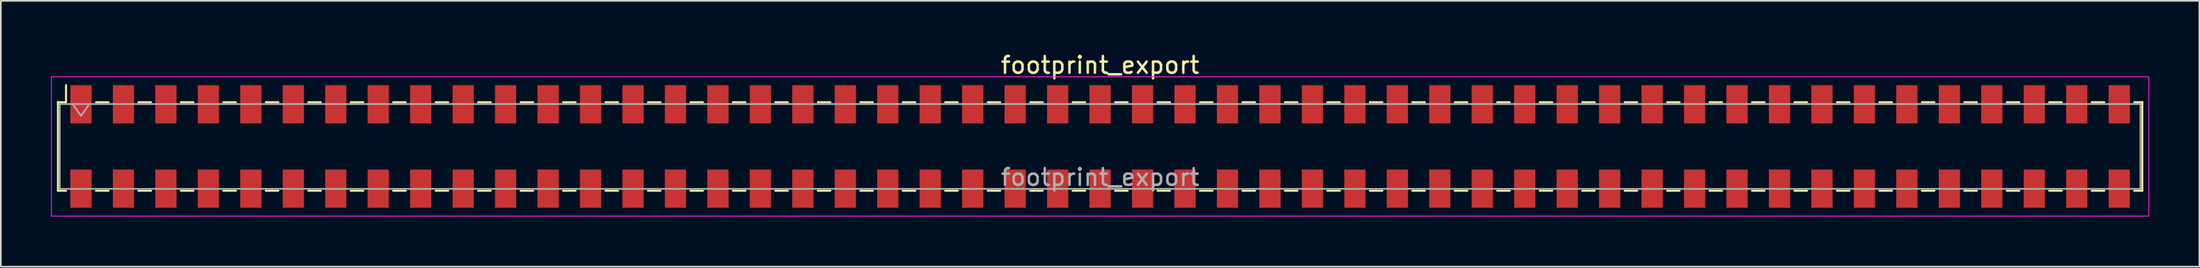
<source format=kicad_pcb>
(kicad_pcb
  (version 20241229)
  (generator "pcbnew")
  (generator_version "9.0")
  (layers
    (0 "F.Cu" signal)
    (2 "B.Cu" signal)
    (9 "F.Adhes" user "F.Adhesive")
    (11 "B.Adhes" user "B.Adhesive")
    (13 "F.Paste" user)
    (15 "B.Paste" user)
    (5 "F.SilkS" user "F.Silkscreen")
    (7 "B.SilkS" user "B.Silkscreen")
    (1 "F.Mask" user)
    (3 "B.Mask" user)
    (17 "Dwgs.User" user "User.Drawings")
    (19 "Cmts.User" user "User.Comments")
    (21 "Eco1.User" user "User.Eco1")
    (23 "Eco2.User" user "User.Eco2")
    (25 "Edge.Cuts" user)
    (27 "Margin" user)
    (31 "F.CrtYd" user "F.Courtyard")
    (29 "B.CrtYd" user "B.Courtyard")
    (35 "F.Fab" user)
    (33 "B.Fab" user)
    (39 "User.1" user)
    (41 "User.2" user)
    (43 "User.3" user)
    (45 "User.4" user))
  (footprint "footprint_export"
    (layer "F.Cu")
    (at 62.755 5.718)
    (property "Reference" "footprint_export" (at 0 -4.87 0) (layer "F.SilkS") (effects (font (size 1 1) (thickness 0.15))))
    (attr smd)
    (fp_line (start -62.34 -2.65) (end -62.34 2.65) (stroke (width 0.12) (type solid)) (layer "F.SilkS"))
    (fp_line (start -62.34 2.65) (end -61.855 2.65) (stroke (width 0.12) (type solid)) (layer "F.SilkS"))
    (fp_line (start -61.855 -3.67) (end -61.855 -2.65) (stroke (width 0.12) (type solid)) (layer "F.SilkS"))
    (fp_line (start -61.855 -2.65) (end -62.34 -2.65) (stroke (width 0.12) (type solid)) (layer "F.SilkS"))
    (fp_line (start -60.065 -2.65) (end -59.315 -2.65) (stroke (width 0.12) (type solid)) (layer "F.SilkS"))
    (fp_line (start -60.065 2.65) (end -59.315 2.65) (stroke (width 0.12) (type solid)) (layer "F.SilkS"))
    (fp_line (start -57.525 -2.65) (end -56.775 -2.65) (stroke (width 0.12) (type solid)) (layer "F.SilkS"))
    (fp_line (start -57.525 2.65) (end -56.775 2.65) (stroke (width 0.12) (type solid)) (layer "F.SilkS"))
    (fp_line (start -54.985 -2.65) (end -54.235 -2.65) (stroke (width 0.12) (type solid)) (layer "F.SilkS"))
    (fp_line (start -54.985 2.65) (end -54.235 2.65) (stroke (width 0.12) (type solid)) (layer "F.SilkS"))
    (fp_line (start -52.445 -2.65) (end -51.695 -2.65) (stroke (width 0.12) (type solid)) (layer "F.SilkS"))
    (fp_line (start -52.445 2.65) (end -51.695 2.65) (stroke (width 0.12) (type solid)) (layer "F.SilkS"))
    (fp_line (start -49.905 -2.65) (end -49.155 -2.65) (stroke (width 0.12) (type solid)) (layer "F.SilkS"))
    (fp_line (start -49.905 2.65) (end -49.155 2.65) (stroke (width 0.12) (type solid)) (layer "F.SilkS"))
    (fp_line (start -47.365 -2.65) (end -46.615 -2.65) (stroke (width 0.12) (type solid)) (layer "F.SilkS"))
    (fp_line (start -47.365 2.65) (end -46.615 2.65) (stroke (width 0.12) (type solid)) (layer "F.SilkS"))
    (fp_line (start -44.825 -2.65) (end -44.075 -2.65) (stroke (width 0.12) (type solid)) (layer "F.SilkS"))
    (fp_line (start -44.825 2.65) (end -44.075 2.65) (stroke (width 0.12) (type solid)) (layer "F.SilkS"))
    (fp_line (start -42.285 -2.65) (end -41.535 -2.65) (stroke (width 0.12) (type solid)) (layer "F.SilkS"))
    (fp_line (start -42.285 2.65) (end -41.535 2.65) (stroke (width 0.12) (type solid)) (layer "F.SilkS"))
    (fp_line (start -39.745 -2.65) (end -38.995 -2.65) (stroke (width 0.12) (type solid)) (layer "F.SilkS"))
    (fp_line (start -39.745 2.65) (end -38.995 2.65) (stroke (width 0.12) (type solid)) (layer "F.SilkS"))
    (fp_line (start -37.205 -2.65) (end -36.455 -2.65) (stroke (width 0.12) (type solid)) (layer "F.SilkS"))
    (fp_line (start -37.205 2.65) (end -36.455 2.65) (stroke (width 0.12) (type solid)) (layer "F.SilkS"))
    (fp_line (start -34.665 -2.65) (end -33.915 -2.65) (stroke (width 0.12) (type solid)) (layer "F.SilkS"))
    (fp_line (start -34.665 2.65) (end -33.915 2.65) (stroke (width 0.12) (type solid)) (layer "F.SilkS"))
    (fp_line (start -32.125 -2.65) (end -31.375 -2.65) (stroke (width 0.12) (type solid)) (layer "F.SilkS"))
    (fp_line (start -32.125 2.65) (end -31.375 2.65) (stroke (width 0.12) (type solid)) (layer "F.SilkS"))
    (fp_line (start -29.585 -2.65) (end -28.835 -2.65) (stroke (width 0.12) (type solid)) (layer "F.SilkS"))
    (fp_line (start -29.585 2.65) (end -28.835 2.65) (stroke (width 0.12) (type solid)) (layer "F.SilkS"))
    (fp_line (start -27.045 -2.65) (end -26.295 -2.65) (stroke (width 0.12) (type solid)) (layer "F.SilkS"))
    (fp_line (start -27.045 2.65) (end -26.295 2.65) (stroke (width 0.12) (type solid)) (layer "F.SilkS"))
    (fp_line (start -24.505 -2.65) (end -23.755 -2.65) (stroke (width 0.12) (type solid)) (layer "F.SilkS"))
    (fp_line (start -24.505 2.65) (end -23.755 2.65) (stroke (width 0.12) (type solid)) (layer "F.SilkS"))
    (fp_line (start -21.965 -2.65) (end -21.215 -2.65) (stroke (width 0.12) (type solid)) (layer "F.SilkS"))
    (fp_line (start -21.965 2.65) (end -21.215 2.65) (stroke (width 0.12) (type solid)) (layer "F.SilkS"))
    (fp_line (start -19.425 -2.65) (end -18.675 -2.65) (stroke (width 0.12) (type solid)) (layer "F.SilkS"))
    (fp_line (start -19.425 2.65) (end -18.675 2.65) (stroke (width 0.12) (type solid)) (layer "F.SilkS"))
    (fp_line (start -16.885 -2.65) (end -16.135 -2.65) (stroke (width 0.12) (type solid)) (layer "F.SilkS"))
    (fp_line (start -16.885 2.65) (end -16.135 2.65) (stroke (width 0.12) (type solid)) (layer "F.SilkS"))
    (fp_line (start -14.345 -2.65) (end -13.595 -2.65) (stroke (width 0.12) (type solid)) (layer "F.SilkS"))
    (fp_line (start -14.345 2.65) (end -13.595 2.65) (stroke (width 0.12) (type solid)) (layer "F.SilkS"))
    (fp_line (start -11.805 -2.65) (end -11.055 -2.65) (stroke (width 0.12) (type solid)) (layer "F.SilkS"))
    (fp_line (start -11.805 2.65) (end -11.055 2.65) (stroke (width 0.12) (type solid)) (layer "F.SilkS"))
    (fp_line (start -9.265 -2.65) (end -8.515 -2.65) (stroke (width 0.12) (type solid)) (layer "F.SilkS"))
    (fp_line (start -9.265 2.65) (end -8.515 2.65) (stroke (width 0.12) (type solid)) (layer "F.SilkS"))
    (fp_line (start -6.725 -2.65) (end -5.975 -2.65) (stroke (width 0.12) (type solid)) (layer "F.SilkS"))
    (fp_line (start -6.725 2.65) (end -5.975 2.65) (stroke (width 0.12) (type solid)) (layer "F.SilkS"))
    (fp_line (start -4.185 -2.65) (end -3.435 -2.65) (stroke (width 0.12) (type solid)) (layer "F.SilkS"))
    (fp_line (start -4.185 2.65) (end -3.435 2.65) (stroke (width 0.12) (type solid)) (layer "F.SilkS"))
    (fp_line (start -1.645 -2.65) (end -0.895 -2.65) (stroke (width 0.12) (type solid)) (layer "F.SilkS"))
    (fp_line (start -1.645 2.65) (end -0.895 2.65) (stroke (width 0.12) (type solid)) (layer "F.SilkS"))
    (fp_line (start 0.895 -2.65) (end 1.645 -2.65) (stroke (width 0.12) (type solid)) (layer "F.SilkS"))
    (fp_line (start 0.895 2.65) (end 1.645 2.65) (stroke (width 0.12) (type solid)) (layer "F.SilkS"))
    (fp_line (start 3.435 -2.65) (end 4.185 -2.65) (stroke (width 0.12) (type solid)) (layer "F.SilkS"))
    (fp_line (start 3.435 2.65) (end 4.185 2.65) (stroke (width 0.12) (type solid)) (layer "F.SilkS"))
    (fp_line (start 5.975 -2.65) (end 6.725 -2.65) (stroke (width 0.12) (type solid)) (layer "F.SilkS"))
    (fp_line (start 5.975 2.65) (end 6.725 2.65) (stroke (width 0.12) (type solid)) (layer "F.SilkS"))
    (fp_line (start 8.515 -2.65) (end 9.265 -2.65) (stroke (width 0.12) (type solid)) (layer "F.SilkS"))
    (fp_line (start 8.515 2.65) (end 9.265 2.65) (stroke (width 0.12) (type solid)) (layer "F.SilkS"))
    (fp_line (start 11.055 -2.65) (end 11.805 -2.65) (stroke (width 0.12) (type solid)) (layer "F.SilkS"))
    (fp_line (start 11.055 2.65) (end 11.805 2.65) (stroke (width 0.12) (type solid)) (layer "F.SilkS"))
    (fp_line (start 13.595 -2.65) (end 14.345 -2.65) (stroke (width 0.12) (type solid)) (layer "F.SilkS"))
    (fp_line (start 13.595 2.65) (end 14.345 2.65) (stroke (width 0.12) (type solid)) (layer "F.SilkS"))
    (fp_line (start 16.135 -2.65) (end 16.885 -2.65) (stroke (width 0.12) (type solid)) (layer "F.SilkS"))
    (fp_line (start 16.135 2.65) (end 16.885 2.65) (stroke (width 0.12) (type solid)) (layer "F.SilkS"))
    (fp_line (start 18.675 -2.65) (end 19.425 -2.65) (stroke (width 0.12) (type solid)) (layer "F.SilkS"))
    (fp_line (start 18.675 2.65) (end 19.425 2.65) (stroke (width 0.12) (type solid)) (layer "F.SilkS"))
    (fp_line (start 21.215 -2.65) (end 21.965 -2.65) (stroke (width 0.12) (type solid)) (layer "F.SilkS"))
    (fp_line (start 21.215 2.65) (end 21.965 2.65) (stroke (width 0.12) (type solid)) (layer "F.SilkS"))
    (fp_line (start 23.755 -2.65) (end 24.505 -2.65) (stroke (width 0.12) (type solid)) (layer "F.SilkS"))
    (fp_line (start 23.755 2.65) (end 24.505 2.65) (stroke (width 0.12) (type solid)) (layer "F.SilkS"))
    (fp_line (start 26.295 -2.65) (end 27.045 -2.65) (stroke (width 0.12) (type solid)) (layer "F.SilkS"))
    (fp_line (start 26.295 2.65) (end 27.045 2.65) (stroke (width 0.12) (type solid)) (layer "F.SilkS"))
    (fp_line (start 28.835 -2.65) (end 29.585 -2.65) (stroke (width 0.12) (type solid)) (layer "F.SilkS"))
    (fp_line (start 28.835 2.65) (end 29.585 2.65) (stroke (width 0.12) (type solid)) (layer "F.SilkS"))
    (fp_line (start 31.375 -2.65) (end 32.125 -2.65) (stroke (width 0.12) (type solid)) (layer "F.SilkS"))
    (fp_line (start 31.375 2.65) (end 32.125 2.65) (stroke (width 0.12) (type solid)) (layer "F.SilkS"))
    (fp_line (start 33.915 -2.65) (end 34.665 -2.65) (stroke (width 0.12) (type solid)) (layer "F.SilkS"))
    (fp_line (start 33.915 2.65) (end 34.665 2.65) (stroke (width 0.12) (type solid)) (layer "F.SilkS"))
    (fp_line (start 36.455 -2.65) (end 37.205 -2.65) (stroke (width 0.12) (type solid)) (layer "F.SilkS"))
    (fp_line (start 36.455 2.65) (end 37.205 2.65) (stroke (width 0.12) (type solid)) (layer "F.SilkS"))
    (fp_line (start 38.995 -2.65) (end 39.745 -2.65) (stroke (width 0.12) (type solid)) (layer "F.SilkS"))
    (fp_line (start 38.995 2.65) (end 39.745 2.65) (stroke (width 0.12) (type solid)) (layer "F.SilkS"))
    (fp_line (start 41.535 -2.65) (end 42.285 -2.65) (stroke (width 0.12) (type solid)) (layer "F.SilkS"))
    (fp_line (start 41.535 2.65) (end 42.285 2.65) (stroke (width 0.12) (type solid)) (layer "F.SilkS"))
    (fp_line (start 44.075 -2.65) (end 44.825 -2.65) (stroke (width 0.12) (type solid)) (layer "F.SilkS"))
    (fp_line (start 44.075 2.65) (end 44.825 2.65) (stroke (width 0.12) (type solid)) (layer "F.SilkS"))
    (fp_line (start 46.615 -2.65) (end 47.365 -2.65) (stroke (width 0.12) (type solid)) (layer "F.SilkS"))
    (fp_line (start 46.615 2.65) (end 47.365 2.65) (stroke (width 0.12) (type solid)) (layer "F.SilkS"))
    (fp_line (start 49.155 -2.65) (end 49.905 -2.65) (stroke (width 0.12) (type solid)) (layer "F.SilkS"))
    (fp_line (start 49.155 2.65) (end 49.905 2.65) (stroke (width 0.12) (type solid)) (layer "F.SilkS"))
    (fp_line (start 51.695 -2.65) (end 52.445 -2.65) (stroke (width 0.12) (type solid)) (layer "F.SilkS"))
    (fp_line (start 51.695 2.65) (end 52.445 2.65) (stroke (width 0.12) (type solid)) (layer "F.SilkS"))
    (fp_line (start 54.235 -2.65) (end 54.985 -2.65) (stroke (width 0.12) (type solid)) (layer "F.SilkS"))
    (fp_line (start 54.235 2.65) (end 54.985 2.65) (stroke (width 0.12) (type solid)) (layer "F.SilkS"))
    (fp_line (start 56.775 -2.65) (end 57.525 -2.65) (stroke (width 0.12) (type solid)) (layer "F.SilkS"))
    (fp_line (start 56.775 2.65) (end 57.525 2.65) (stroke (width 0.12) (type solid)) (layer "F.SilkS"))
    (fp_line (start 59.315 -2.65) (end 60.065 -2.65) (stroke (width 0.12) (type solid)) (layer "F.SilkS"))
    (fp_line (start 59.315 2.65) (end 60.065 2.65) (stroke (width 0.12) (type solid)) (layer "F.SilkS"))
    (fp_line (start 61.855 -2.65) (end 62.34 -2.65) (stroke (width 0.12) (type solid)) (layer "F.SilkS"))
    (fp_line (start 62.34 -2.65) (end 62.34 2.65) (stroke (width 0.12) (type solid)) (layer "F.SilkS"))
    (fp_line (start 62.34 2.65) (end 61.855 2.65) (stroke (width 0.12) (type solid)) (layer "F.SilkS"))
    (fp_line (start -62.73 -4.17) (end 62.73 -4.17) (stroke (width 0.05) (type solid)) (layer "F.CrtYd"))
    (fp_line (start -62.73 4.17) (end -62.73 -4.17) (stroke (width 0.05) (type solid)) (layer "F.CrtYd"))
    (fp_line (start 62.73 -4.17) (end 62.73 4.17) (stroke (width 0.05) (type solid)) (layer "F.CrtYd"))
    (fp_line (start 62.73 4.17) (end -62.73 4.17) (stroke (width 0.05) (type solid)) (layer "F.CrtYd"))
    (fp_line (start -62.23 -2.54) (end 62.23 -2.54) (stroke (width 0.1) (type solid)) (layer "F.Fab"))
    (fp_line (start -62.23 2.54) (end -62.23 -2.54) (stroke (width 0.1) (type solid)) (layer "F.Fab"))
    (fp_line (start -61.46 -2.54) (end -60.96 -1.833) (stroke (width 0.1) (type solid)) (layer "F.Fab"))
    (fp_line (start -60.96 -1.833) (end -60.46 -2.54) (stroke (width 0.1) (type solid)) (layer "F.Fab"))
    (fp_line (start 62.23 -2.54) (end 62.23 2.54) (stroke (width 0.1) (type solid)) (layer "F.Fab"))
    (fp_line (start 62.23 2.54) (end -62.23 2.54) (stroke (width 0.1) (type solid)) (layer "F.Fab"))
    (fp_text user "${REFERENCE}" (at 0 1.84 0) (layer "F.Fab") (effects (font (size 1 1) (thickness 0.15))))
    (pad "1" smd rect (at -60.96 -2.525) (size 1.27 2.29) (layers "F.Cu" "F.Mask" "F.Paste"))
    (pad "2" smd rect (at -60.96 2.525) (size 1.27 2.29) (layers "F.Cu" "F.Mask" "F.Paste"))
    (pad "3" smd rect (at -58.42 -2.525) (size 1.27 2.29) (layers "F.Cu" "F.Mask" "F.Paste"))
    (pad "4" smd rect (at -58.42 2.525) (size 1.27 2.29) (layers "F.Cu" "F.Mask" "F.Paste"))
    (pad "5" smd rect (at -55.88 -2.525) (size 1.27 2.29) (layers "F.Cu" "F.Mask" "F.Paste"))
    (pad "6" smd rect (at -55.88 2.525) (size 1.27 2.29) (layers "F.Cu" "F.Mask" "F.Paste"))
    (pad "7" smd rect (at -53.34 -2.525) (size 1.27 2.29) (layers "F.Cu" "F.Mask" "F.Paste"))
    (pad "8" smd rect (at -53.34 2.525) (size 1.27 2.29) (layers "F.Cu" "F.Mask" "F.Paste"))
    (pad "9" smd rect (at -50.8 -2.525) (size 1.27 2.29) (layers "F.Cu" "F.Mask" "F.Paste"))
    (pad "10" smd rect (at -50.8 2.525) (size 1.27 2.29) (layers "F.Cu" "F.Mask" "F.Paste"))
    (pad "11" smd rect (at -48.26 -2.525) (size 1.27 2.29) (layers "F.Cu" "F.Mask" "F.Paste"))
    (pad "12" smd rect (at -48.26 2.525) (size 1.27 2.29) (layers "F.Cu" "F.Mask" "F.Paste"))
    (pad "13" smd rect (at -45.72 -2.525) (size 1.27 2.29) (layers "F.Cu" "F.Mask" "F.Paste"))
    (pad "14" smd rect (at -45.72 2.525) (size 1.27 2.29) (layers "F.Cu" "F.Mask" "F.Paste"))
    (pad "15" smd rect (at -43.18 -2.525) (size 1.27 2.29) (layers "F.Cu" "F.Mask" "F.Paste"))
    (pad "16" smd rect (at -43.18 2.525) (size 1.27 2.29) (layers "F.Cu" "F.Mask" "F.Paste"))
    (pad "17" smd rect (at -40.64 -2.525) (size 1.27 2.29) (layers "F.Cu" "F.Mask" "F.Paste"))
    (pad "18" smd rect (at -40.64 2.525) (size 1.27 2.29) (layers "F.Cu" "F.Mask" "F.Paste"))
    (pad "19" smd rect (at -38.1 -2.525) (size 1.27 2.29) (layers "F.Cu" "F.Mask" "F.Paste"))
    (pad "20" smd rect (at -38.1 2.525) (size 1.27 2.29) (layers "F.Cu" "F.Mask" "F.Paste"))
    (pad "21" smd rect (at -35.56 -2.525) (size 1.27 2.29) (layers "F.Cu" "F.Mask" "F.Paste"))
    (pad "22" smd rect (at -35.56 2.525) (size 1.27 2.29) (layers "F.Cu" "F.Mask" "F.Paste"))
    (pad "23" smd rect (at -33.02 -2.525) (size 1.27 2.29) (layers "F.Cu" "F.Mask" "F.Paste"))
    (pad "24" smd rect (at -33.02 2.525) (size 1.27 2.29) (layers "F.Cu" "F.Mask" "F.Paste"))
    (pad "25" smd rect (at -30.48 -2.525) (size 1.27 2.29) (layers "F.Cu" "F.Mask" "F.Paste"))
    (pad "26" smd rect (at -30.48 2.525) (size 1.27 2.29) (layers "F.Cu" "F.Mask" "F.Paste"))
    (pad "27" smd rect (at -27.94 -2.525) (size 1.27 2.29) (layers "F.Cu" "F.Mask" "F.Paste"))
    (pad "28" smd rect (at -27.94 2.525) (size 1.27 2.29) (layers "F.Cu" "F.Mask" "F.Paste"))
    (pad "29" smd rect (at -25.4 -2.525) (size 1.27 2.29) (layers "F.Cu" "F.Mask" "F.Paste"))
    (pad "30" smd rect (at -25.4 2.525) (size 1.27 2.29) (layers "F.Cu" "F.Mask" "F.Paste"))
    (pad "31" smd rect (at -22.86 -2.525) (size 1.27 2.29) (layers "F.Cu" "F.Mask" "F.Paste"))
    (pad "32" smd rect (at -22.86 2.525) (size 1.27 2.29) (layers "F.Cu" "F.Mask" "F.Paste"))
    (pad "33" smd rect (at -20.32 -2.525) (size 1.27 2.29) (layers "F.Cu" "F.Mask" "F.Paste"))
    (pad "34" smd rect (at -20.32 2.525) (size 1.27 2.29) (layers "F.Cu" "F.Mask" "F.Paste"))
    (pad "35" smd rect (at -17.78 -2.525) (size 1.27 2.29) (layers "F.Cu" "F.Mask" "F.Paste"))
    (pad "36" smd rect (at -17.78 2.525) (size 1.27 2.29) (layers "F.Cu" "F.Mask" "F.Paste"))
    (pad "37" smd rect (at -15.24 -2.525) (size 1.27 2.29) (layers "F.Cu" "F.Mask" "F.Paste"))
    (pad "38" smd rect (at -15.24 2.525) (size 1.27 2.29) (layers "F.Cu" "F.Mask" "F.Paste"))
    (pad "39" smd rect (at -12.7 -2.525) (size 1.27 2.29) (layers "F.Cu" "F.Mask" "F.Paste"))
    (pad "40" smd rect (at -12.7 2.525) (size 1.27 2.29) (layers "F.Cu" "F.Mask" "F.Paste"))
    (pad "41" smd rect (at -10.16 -2.525) (size 1.27 2.29) (layers "F.Cu" "F.Mask" "F.Paste"))
    (pad "42" smd rect (at -10.16 2.525) (size 1.27 2.29) (layers "F.Cu" "F.Mask" "F.Paste"))
    (pad "43" smd rect (at -7.62 -2.525) (size 1.27 2.29) (layers "F.Cu" "F.Mask" "F.Paste"))
    (pad "44" smd rect (at -7.62 2.525) (size 1.27 2.29) (layers "F.Cu" "F.Mask" "F.Paste"))
    (pad "45" smd rect (at -5.08 -2.525) (size 1.27 2.29) (layers "F.Cu" "F.Mask" "F.Paste"))
    (pad "46" smd rect (at -5.08 2.525) (size 1.27 2.29) (layers "F.Cu" "F.Mask" "F.Paste"))
    (pad "47" smd rect (at -2.54 -2.525) (size 1.27 2.29) (layers "F.Cu" "F.Mask" "F.Paste"))
    (pad "48" smd rect (at -2.54 2.525) (size 1.27 2.29) (layers "F.Cu" "F.Mask" "F.Paste"))
    (pad "49" smd rect (at 0 -2.525) (size 1.27 2.29) (layers "F.Cu" "F.Mask" "F.Paste"))
    (pad "50" smd rect (at 0 2.525) (size 1.27 2.29) (layers "F.Cu" "F.Mask" "F.Paste"))
    (pad "51" smd rect (at 2.54 -2.525) (size 1.27 2.29) (layers "F.Cu" "F.Mask" "F.Paste"))
    (pad "52" smd rect (at 2.54 2.525) (size 1.27 2.29) (layers "F.Cu" "F.Mask" "F.Paste"))
    (pad "53" smd rect (at 5.08 -2.525) (size 1.27 2.29) (layers "F.Cu" "F.Mask" "F.Paste"))
    (pad "54" smd rect (at 5.08 2.525) (size 1.27 2.29) (layers "F.Cu" "F.Mask" "F.Paste"))
    (pad "55" smd rect (at 7.62 -2.525) (size 1.27 2.29) (layers "F.Cu" "F.Mask" "F.Paste"))
    (pad "56" smd rect (at 7.62 2.525) (size 1.27 2.29) (layers "F.Cu" "F.Mask" "F.Paste"))
    (pad "57" smd rect (at 10.16 -2.525) (size 1.27 2.29) (layers "F.Cu" "F.Mask" "F.Paste"))
    (pad "58" smd rect (at 10.16 2.525) (size 1.27 2.29) (layers "F.Cu" "F.Mask" "F.Paste"))
    (pad "59" smd rect (at 12.7 -2.525) (size 1.27 2.29) (layers "F.Cu" "F.Mask" "F.Paste"))
    (pad "60" smd rect (at 12.7 2.525) (size 1.27 2.29) (layers "F.Cu" "F.Mask" "F.Paste"))
    (pad "61" smd rect (at 15.24 -2.525) (size 1.27 2.29) (layers "F.Cu" "F.Mask" "F.Paste"))
    (pad "62" smd rect (at 15.24 2.525) (size 1.27 2.29) (layers "F.Cu" "F.Mask" "F.Paste"))
    (pad "63" smd rect (at 17.78 -2.525) (size 1.27 2.29) (layers "F.Cu" "F.Mask" "F.Paste"))
    (pad "64" smd rect (at 17.78 2.525) (size 1.27 2.29) (layers "F.Cu" "F.Mask" "F.Paste"))
    (pad "65" smd rect (at 20.32 -2.525) (size 1.27 2.29) (layers "F.Cu" "F.Mask" "F.Paste"))
    (pad "66" smd rect (at 20.32 2.525) (size 1.27 2.29) (layers "F.Cu" "F.Mask" "F.Paste"))
    (pad "67" smd rect (at 22.86 -2.525) (size 1.27 2.29) (layers "F.Cu" "F.Mask" "F.Paste"))
    (pad "68" smd rect (at 22.86 2.525) (size 1.27 2.29) (layers "F.Cu" "F.Mask" "F.Paste"))
    (pad "69" smd rect (at 25.4 -2.525) (size 1.27 2.29) (layers "F.Cu" "F.Mask" "F.Paste"))
    (pad "70" smd rect (at 25.4 2.525) (size 1.27 2.29) (layers "F.Cu" "F.Mask" "F.Paste"))
    (pad "71" smd rect (at 27.94 -2.525) (size 1.27 2.29) (layers "F.Cu" "F.Mask" "F.Paste"))
    (pad "72" smd rect (at 27.94 2.525) (size 1.27 2.29) (layers "F.Cu" "F.Mask" "F.Paste"))
    (pad "73" smd rect (at 30.48 -2.525) (size 1.27 2.29) (layers "F.Cu" "F.Mask" "F.Paste"))
    (pad "74" smd rect (at 30.48 2.525) (size 1.27 2.29) (layers "F.Cu" "F.Mask" "F.Paste"))
    (pad "75" smd rect (at 33.02 -2.525) (size 1.27 2.29) (layers "F.Cu" "F.Mask" "F.Paste"))
    (pad "76" smd rect (at 33.02 2.525) (size 1.27 2.29) (layers "F.Cu" "F.Mask" "F.Paste"))
    (pad "77" smd rect (at 35.56 -2.525) (size 1.27 2.29) (layers "F.Cu" "F.Mask" "F.Paste"))
    (pad "78" smd rect (at 35.56 2.525) (size 1.27 2.29) (layers "F.Cu" "F.Mask" "F.Paste"))
    (pad "79" smd rect (at 38.1 -2.525) (size 1.27 2.29) (layers "F.Cu" "F.Mask" "F.Paste"))
    (pad "80" smd rect (at 38.1 2.525) (size 1.27 2.29) (layers "F.Cu" "F.Mask" "F.Paste"))
    (pad "81" smd rect (at 40.64 -2.525) (size 1.27 2.29) (layers "F.Cu" "F.Mask" "F.Paste"))
    (pad "82" smd rect (at 40.64 2.525) (size 1.27 2.29) (layers "F.Cu" "F.Mask" "F.Paste"))
    (pad "83" smd rect (at 43.18 -2.525) (size 1.27 2.29) (layers "F.Cu" "F.Mask" "F.Paste"))
    (pad "84" smd rect (at 43.18 2.525) (size 1.27 2.29) (layers "F.Cu" "F.Mask" "F.Paste"))
    (pad "85" smd rect (at 45.72 -2.525) (size 1.27 2.29) (layers "F.Cu" "F.Mask" "F.Paste"))
    (pad "86" smd rect (at 45.72 2.525) (size 1.27 2.29) (layers "F.Cu" "F.Mask" "F.Paste"))
    (pad "87" smd rect (at 48.26 -2.525) (size 1.27 2.29) (layers "F.Cu" "F.Mask" "F.Paste"))
    (pad "88" smd rect (at 48.26 2.525) (size 1.27 2.29) (layers "F.Cu" "F.Mask" "F.Paste"))
    (pad "89" smd rect (at 50.8 -2.525) (size 1.27 2.29) (layers "F.Cu" "F.Mask" "F.Paste"))
    (pad "90" smd rect (at 50.8 2.525) (size 1.27 2.29) (layers "F.Cu" "F.Mask" "F.Paste"))
    (pad "91" smd rect (at 53.34 -2.525) (size 1.27 2.29) (layers "F.Cu" "F.Mask" "F.Paste"))
    (pad "92" smd rect (at 53.34 2.525) (size 1.27 2.29) (layers "F.Cu" "F.Mask" "F.Paste"))
    (pad "93" smd rect (at 55.88 -2.525) (size 1.27 2.29) (layers "F.Cu" "F.Mask" "F.Paste"))
    (pad "94" smd rect (at 55.88 2.525) (size 1.27 2.29) (layers "F.Cu" "F.Mask" "F.Paste"))
    (pad "95" smd rect (at 58.42 -2.525) (size 1.27 2.29) (layers "F.Cu" "F.Mask" "F.Paste"))
    (pad "96" smd rect (at 58.42 2.525) (size 1.27 2.29) (layers "F.Cu" "F.Mask" "F.Paste"))
    (pad "97" smd rect (at 60.96 -2.525) (size 1.27 2.29) (layers "F.Cu" "F.Mask" "F.Paste"))
    (pad "98" smd rect (at 60.96 2.525) (size 1.27 2.29) (layers "F.Cu" "F.Mask" "F.Paste")))
  (gr_rect
    (start -3 -3)
    (end 128.51 12.913)
    (stroke (width 0.1) (type default))
    (fill no)
    (layer "Edge.Cuts")))
</source>
